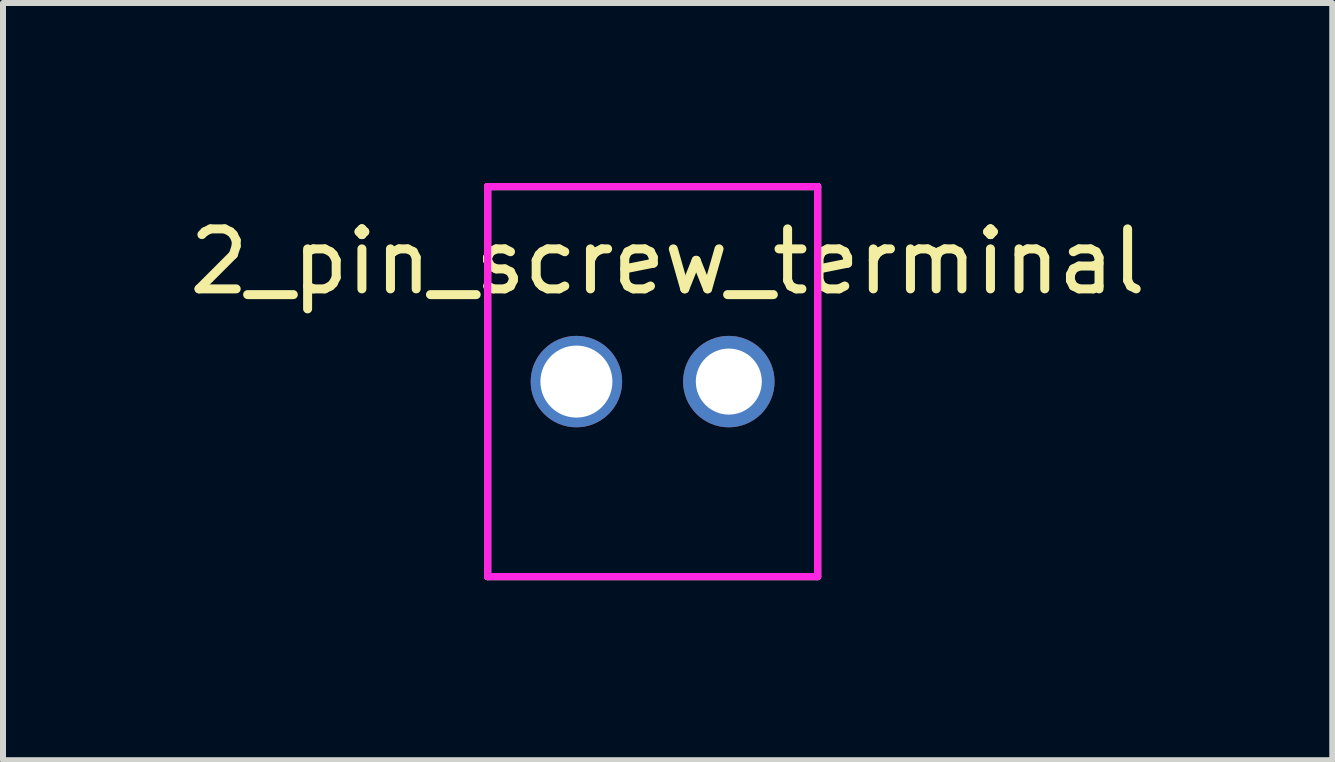
<source format=kicad_pcb>
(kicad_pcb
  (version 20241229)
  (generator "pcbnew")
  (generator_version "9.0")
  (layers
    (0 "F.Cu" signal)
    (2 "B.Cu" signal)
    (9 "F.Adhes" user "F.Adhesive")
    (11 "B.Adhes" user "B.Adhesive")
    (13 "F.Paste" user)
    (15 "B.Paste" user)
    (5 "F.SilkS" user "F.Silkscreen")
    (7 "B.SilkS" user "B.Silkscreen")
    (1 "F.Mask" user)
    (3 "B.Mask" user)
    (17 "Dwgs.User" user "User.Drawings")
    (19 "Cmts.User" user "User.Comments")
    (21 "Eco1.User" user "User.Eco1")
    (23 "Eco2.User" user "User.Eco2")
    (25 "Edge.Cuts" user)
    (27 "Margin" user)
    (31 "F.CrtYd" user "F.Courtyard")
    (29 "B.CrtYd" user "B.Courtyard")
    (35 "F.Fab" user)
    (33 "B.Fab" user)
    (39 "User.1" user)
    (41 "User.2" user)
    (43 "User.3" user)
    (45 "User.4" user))
  (footprint "2_pin_screw_terminal"
    (layer "F.Cu")
    (at 7.827 3.31)
    (property "Reference" "2_pin_screw_terminal" (at 0.25 -2 0) (layer "F.SilkS") (effects (font (size 1 1) (thickness 0.15))))
    (attr through_hole)
    (fp_line (start -2.75 -3.25) (end -2.75 3.25) (stroke (width 0.12) (type solid)) (layer "F.SilkS"))
    (fp_line (start -2.75 3.25) (end 2.75 3.25) (stroke (width 0.12) (type solid)) (layer "F.SilkS"))
    (fp_line (start 2.75 -3.25) (end -2.75 -3.25) (stroke (width 0.12) (type solid)) (layer "F.SilkS"))
    (fp_line (start 2.75 3.25) (end 2.75 -3.25) (stroke (width 0.12) (type solid)) (layer "F.SilkS"))
    (fp_line (start -2.75 -3.25) (end 2.75 -3.25) (stroke (width 0.12) (type solid)) (layer "F.CrtYd"))
    (fp_line (start -2.75 3.25) (end -2.75 -3.25) (stroke (width 0.12) (type solid)) (layer "F.CrtYd"))
    (fp_line (start 2.75 -3.25) (end 2.75 3.25) (stroke (width 0.12) (type solid)) (layer "F.CrtYd"))
    (fp_line (start 2.75 3.25) (end -2.75 3.25) (stroke (width 0.12) (type solid)) (layer "F.CrtYd"))
    (pad "1" thru_hole circle (at -1.27 0) (size 1.524 1.524) (drill 1.2) (layers "*.Cu" "*.Mask"))
    (pad "2" thru_hole circle (at 1.27 0) (size 1.524 1.524) (drill 1.1) (layers "*.Cu" "*.Mask")))
  (gr_rect
    (start -3 -3)
    (end 19.155 9.62)
    (stroke (width 0.1) (type default))
    (fill no)
    (layer "Edge.Cuts")))
</source>
